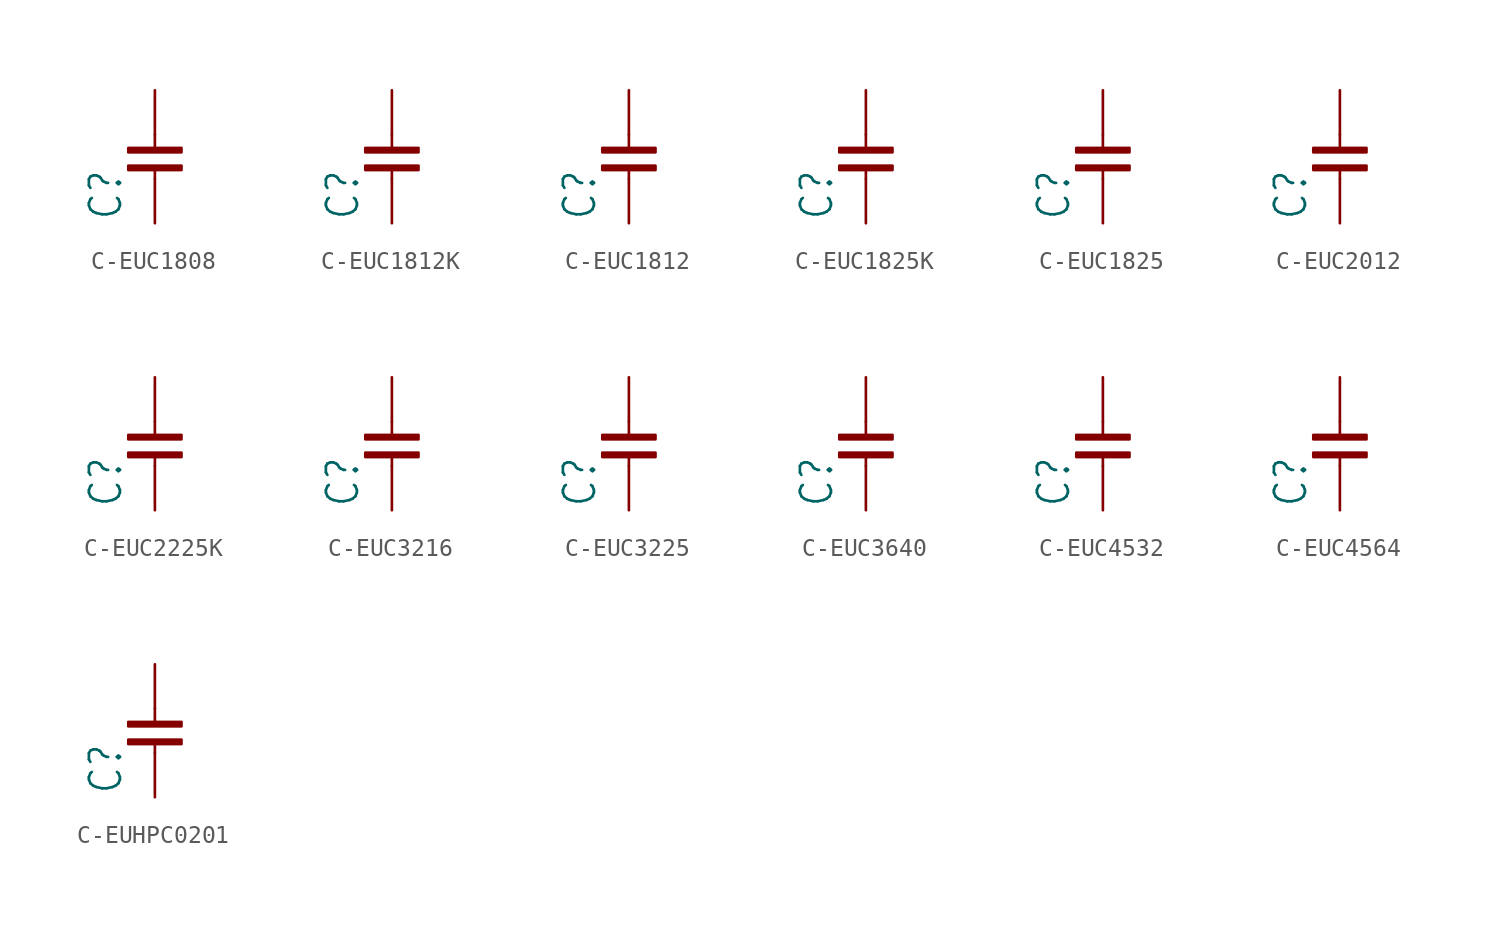
<source format=kicad_sym>
(kicad_symbol_lib
  (version 20220914)
  (generator kicad_symbol_editor)
  (symbol "C-EUC1808"
    (property "Reference" "C"
      (at -1.778 -4.953 90)
      (effects (font (size 1.778 1.511)) (justify left bottom)))
    (property "Value" ""
      (at 3.81 -5.207 90)
      (effects (font (size 1.778 1.511)) (justify left bottom)))
    (property "ki_locked" ""
      (at 0 0 0)
      (effects (font (size 1.27 1.27))))
    (symbol "C-EUC1808_1_0"
      (rectangle (start -1.524 -2.032) (end 1.524 -1.778) (stroke (width 0) (type default)) (fill (type outline)))
      (rectangle (start -1.524 -1.016) (end 1.524 -0.762) (stroke (width 0) (type default)) (fill (type outline)))
      (polyline (pts (xy 0 -2.54) (xy 0 -2.032)) (stroke (width 0.152) (type solid)) (fill (type none)))
      (polyline (pts (xy 0 0) (xy 0 -0.762)) (stroke (width 0.152) (type solid)) (fill (type none)))
      (pin passive line (at 0 2.54 270) (length 2.54) (name "1" (effects (font (size 0 0)))) (number "1" (effects (font (size 0 0)))))
      (pin passive line (at 0 -5.08 90) (length 2.54) (name "2" (effects (font (size 0 0)))) (number "2" (effects (font (size 0 0)))))))
  (symbol "C-EUC1812K"
    (property "Reference" "C"
      (at -1.778 -4.953 90)
      (effects (font (size 1.778 1.511)) (justify left bottom)))
    (property "Value" ""
      (at 3.81 -5.207 90)
      (effects (font (size 1.778 1.511)) (justify left bottom)))
    (property "ki_locked" ""
      (at 0 0 0)
      (effects (font (size 1.27 1.27))))
    (symbol "C-EUC1812K_1_0"
      (rectangle (start -1.524 -2.032) (end 1.524 -1.778) (stroke (width 0) (type default)) (fill (type outline)))
      (rectangle (start -1.524 -1.016) (end 1.524 -0.762) (stroke (width 0) (type default)) (fill (type outline)))
      (polyline (pts (xy 0 -2.54) (xy 0 -2.032)) (stroke (width 0.152) (type solid)) (fill (type none)))
      (polyline (pts (xy 0 0) (xy 0 -0.762)) (stroke (width 0.152) (type solid)) (fill (type none)))
      (pin passive line (at 0 2.54 270) (length 2.54) (name "1" (effects (font (size 0 0)))) (number "1" (effects (font (size 0 0)))))
      (pin passive line (at 0 -5.08 90) (length 2.54) (name "2" (effects (font (size 0 0)))) (number "2" (effects (font (size 0 0)))))))
  (symbol "C-EUC1812"
    (property "Reference" "C"
      (at -1.778 -4.953 90)
      (effects (font (size 1.778 1.511)) (justify left bottom)))
    (property "Value" ""
      (at 3.81 -5.207 90)
      (effects (font (size 1.778 1.511)) (justify left bottom)))
    (property "ki_locked" ""
      (at 0 0 0)
      (effects (font (size 1.27 1.27))))
    (symbol "C-EUC1812_1_0"
      (rectangle (start -1.524 -2.032) (end 1.524 -1.778) (stroke (width 0) (type default)) (fill (type outline)))
      (rectangle (start -1.524 -1.016) (end 1.524 -0.762) (stroke (width 0) (type default)) (fill (type outline)))
      (polyline (pts (xy 0 -2.54) (xy 0 -2.032)) (stroke (width 0.152) (type solid)) (fill (type none)))
      (polyline (pts (xy 0 0) (xy 0 -0.762)) (stroke (width 0.152) (type solid)) (fill (type none)))
      (pin passive line (at 0 2.54 270) (length 2.54) (name "1" (effects (font (size 0 0)))) (number "1" (effects (font (size 0 0)))))
      (pin passive line (at 0 -5.08 90) (length 2.54) (name "2" (effects (font (size 0 0)))) (number "2" (effects (font (size 0 0)))))))
  (symbol "C-EUC1825K"
    (property "Reference" "C"
      (at -1.778 -4.953 90)
      (effects (font (size 1.778 1.511)) (justify left bottom)))
    (property "Value" ""
      (at 3.81 -5.207 90)
      (effects (font (size 1.778 1.511)) (justify left bottom)))
    (property "ki_locked" ""
      (at 0 0 0)
      (effects (font (size 1.27 1.27))))
    (symbol "C-EUC1825K_1_0"
      (rectangle (start -1.524 -2.032) (end 1.524 -1.778) (stroke (width 0) (type default)) (fill (type outline)))
      (rectangle (start -1.524 -1.016) (end 1.524 -0.762) (stroke (width 0) (type default)) (fill (type outline)))
      (polyline (pts (xy 0 -2.54) (xy 0 -2.032)) (stroke (width 0.152) (type solid)) (fill (type none)))
      (polyline (pts (xy 0 0) (xy 0 -0.762)) (stroke (width 0.152) (type solid)) (fill (type none)))
      (pin passive line (at 0 2.54 270) (length 2.54) (name "1" (effects (font (size 0 0)))) (number "1" (effects (font (size 0 0)))))
      (pin passive line (at 0 -5.08 90) (length 2.54) (name "2" (effects (font (size 0 0)))) (number "2" (effects (font (size 0 0)))))))
  (symbol "C-EUC1825"
    (property "Reference" "C"
      (at -1.778 -4.953 90)
      (effects (font (size 1.778 1.511)) (justify left bottom)))
    (property "Value" ""
      (at 3.81 -5.207 90)
      (effects (font (size 1.778 1.511)) (justify left bottom)))
    (property "ki_locked" ""
      (at 0 0 0)
      (effects (font (size 1.27 1.27))))
    (symbol "C-EUC1825_1_0"
      (rectangle (start -1.524 -2.032) (end 1.524 -1.778) (stroke (width 0) (type default)) (fill (type outline)))
      (rectangle (start -1.524 -1.016) (end 1.524 -0.762) (stroke (width 0) (type default)) (fill (type outline)))
      (polyline (pts (xy 0 -2.54) (xy 0 -2.032)) (stroke (width 0.152) (type solid)) (fill (type none)))
      (polyline (pts (xy 0 0) (xy 0 -0.762)) (stroke (width 0.152) (type solid)) (fill (type none)))
      (pin passive line (at 0 2.54 270) (length 2.54) (name "1" (effects (font (size 0 0)))) (number "1" (effects (font (size 0 0)))))
      (pin passive line (at 0 -5.08 90) (length 2.54) (name "2" (effects (font (size 0 0)))) (number "2" (effects (font (size 0 0)))))))
  (symbol "C-EUC2012"
    (property "Reference" "C"
      (at -1.778 -4.953 90)
      (effects (font (size 1.778 1.511)) (justify left bottom)))
    (property "Value" ""
      (at 3.81 -5.207 90)
      (effects (font (size 1.778 1.511)) (justify left bottom)))
    (property "ki_locked" ""
      (at 0 0 0)
      (effects (font (size 1.27 1.27))))
    (symbol "C-EUC2012_1_0"
      (rectangle (start -1.524 -2.032) (end 1.524 -1.778) (stroke (width 0) (type default)) (fill (type outline)))
      (rectangle (start -1.524 -1.016) (end 1.524 -0.762) (stroke (width 0) (type default)) (fill (type outline)))
      (polyline (pts (xy 0 -2.54) (xy 0 -2.032)) (stroke (width 0.152) (type solid)) (fill (type none)))
      (polyline (pts (xy 0 0) (xy 0 -0.762)) (stroke (width 0.152) (type solid)) (fill (type none)))
      (pin passive line (at 0 2.54 270) (length 2.54) (name "1" (effects (font (size 0 0)))) (number "1" (effects (font (size 0 0)))))
      (pin passive line (at 0 -5.08 90) (length 2.54) (name "2" (effects (font (size 0 0)))) (number "2" (effects (font (size 0 0)))))))
  (symbol "C-EUC2225K"
    (property "Reference" "C"
      (at -1.778 -4.953 90)
      (effects (font (size 1.778 1.511)) (justify left bottom)))
    (property "Value" ""
      (at 3.81 -5.207 90)
      (effects (font (size 1.778 1.511)) (justify left bottom)))
    (property "ki_locked" ""
      (at 0 0 0)
      (effects (font (size 1.27 1.27))))
    (symbol "C-EUC2225K_1_0"
      (rectangle (start -1.524 -2.032) (end 1.524 -1.778) (stroke (width 0) (type default)) (fill (type outline)))
      (rectangle (start -1.524 -1.016) (end 1.524 -0.762) (stroke (width 0) (type default)) (fill (type outline)))
      (polyline (pts (xy 0 -2.54) (xy 0 -2.032)) (stroke (width 0.152) (type solid)) (fill (type none)))
      (polyline (pts (xy 0 0) (xy 0 -0.762)) (stroke (width 0.152) (type solid)) (fill (type none)))
      (pin passive line (at 0 2.54 270) (length 2.54) (name "1" (effects (font (size 0 0)))) (number "1" (effects (font (size 0 0)))))
      (pin passive line (at 0 -5.08 90) (length 2.54) (name "2" (effects (font (size 0 0)))) (number "2" (effects (font (size 0 0)))))))
  (symbol "C-EUC3216"
    (property "Reference" "C"
      (at -1.778 -4.953 90)
      (effects (font (size 1.778 1.511)) (justify left bottom)))
    (property "Value" ""
      (at 3.81 -5.207 90)
      (effects (font (size 1.778 1.511)) (justify left bottom)))
    (property "ki_locked" ""
      (at 0 0 0)
      (effects (font (size 1.27 1.27))))
    (symbol "C-EUC3216_1_0"
      (rectangle (start -1.524 -2.032) (end 1.524 -1.778) (stroke (width 0) (type default)) (fill (type outline)))
      (rectangle (start -1.524 -1.016) (end 1.524 -0.762) (stroke (width 0) (type default)) (fill (type outline)))
      (polyline (pts (xy 0 -2.54) (xy 0 -2.032)) (stroke (width 0.152) (type solid)) (fill (type none)))
      (polyline (pts (xy 0 0) (xy 0 -0.762)) (stroke (width 0.152) (type solid)) (fill (type none)))
      (pin passive line (at 0 2.54 270) (length 2.54) (name "1" (effects (font (size 0 0)))) (number "1" (effects (font (size 0 0)))))
      (pin passive line (at 0 -5.08 90) (length 2.54) (name "2" (effects (font (size 0 0)))) (number "2" (effects (font (size 0 0)))))))
  (symbol "C-EUC3225"
    (property "Reference" "C"
      (at -1.778 -4.953 90)
      (effects (font (size 1.778 1.511)) (justify left bottom)))
    (property "Value" ""
      (at 3.81 -5.207 90)
      (effects (font (size 1.778 1.511)) (justify left bottom)))
    (property "ki_locked" ""
      (at 0 0 0)
      (effects (font (size 1.27 1.27))))
    (symbol "C-EUC3225_1_0"
      (rectangle (start -1.524 -2.032) (end 1.524 -1.778) (stroke (width 0) (type default)) (fill (type outline)))
      (rectangle (start -1.524 -1.016) (end 1.524 -0.762) (stroke (width 0) (type default)) (fill (type outline)))
      (polyline (pts (xy 0 -2.54) (xy 0 -2.032)) (stroke (width 0.152) (type solid)) (fill (type none)))
      (polyline (pts (xy 0 0) (xy 0 -0.762)) (stroke (width 0.152) (type solid)) (fill (type none)))
      (pin passive line (at 0 2.54 270) (length 2.54) (name "1" (effects (font (size 0 0)))) (number "1" (effects (font (size 0 0)))))
      (pin passive line (at 0 -5.08 90) (length 2.54) (name "2" (effects (font (size 0 0)))) (number "2" (effects (font (size 0 0)))))))
  (symbol "C-EUC3640"
    (property "Reference" "C"
      (at -1.778 -4.953 90)
      (effects (font (size 1.778 1.511)) (justify left bottom)))
    (property "Value" ""
      (at 3.81 -5.207 90)
      (effects (font (size 1.778 1.511)) (justify left bottom)))
    (property "ki_locked" ""
      (at 0 0 0)
      (effects (font (size 1.27 1.27))))
    (symbol "C-EUC3640_1_0"
      (rectangle (start -1.524 -2.032) (end 1.524 -1.778) (stroke (width 0) (type default)) (fill (type outline)))
      (rectangle (start -1.524 -1.016) (end 1.524 -0.762) (stroke (width 0) (type default)) (fill (type outline)))
      (polyline (pts (xy 0 -2.54) (xy 0 -2.032)) (stroke (width 0.152) (type solid)) (fill (type none)))
      (polyline (pts (xy 0 0) (xy 0 -0.762)) (stroke (width 0.152) (type solid)) (fill (type none)))
      (pin passive line (at 0 2.54 270) (length 2.54) (name "1" (effects (font (size 0 0)))) (number "1" (effects (font (size 0 0)))))
      (pin passive line (at 0 -5.08 90) (length 2.54) (name "2" (effects (font (size 0 0)))) (number "2" (effects (font (size 0 0)))))))
  (symbol "C-EUC4532"
    (property "Reference" "C"
      (at -1.778 -4.953 90)
      (effects (font (size 1.778 1.511)) (justify left bottom)))
    (property "Value" ""
      (at 3.81 -5.207 90)
      (effects (font (size 1.778 1.511)) (justify left bottom)))
    (property "ki_locked" ""
      (at 0 0 0)
      (effects (font (size 1.27 1.27))))
    (symbol "C-EUC4532_1_0"
      (rectangle (start -1.524 -2.032) (end 1.524 -1.778) (stroke (width 0) (type default)) (fill (type outline)))
      (rectangle (start -1.524 -1.016) (end 1.524 -0.762) (stroke (width 0) (type default)) (fill (type outline)))
      (polyline (pts (xy 0 -2.54) (xy 0 -2.032)) (stroke (width 0.152) (type solid)) (fill (type none)))
      (polyline (pts (xy 0 0) (xy 0 -0.762)) (stroke (width 0.152) (type solid)) (fill (type none)))
      (pin passive line (at 0 2.54 270) (length 2.54) (name "1" (effects (font (size 0 0)))) (number "1" (effects (font (size 0 0)))))
      (pin passive line (at 0 -5.08 90) (length 2.54) (name "2" (effects (font (size 0 0)))) (number "2" (effects (font (size 0 0)))))))
  (symbol "C-EUC4564"
    (property "Reference" "C"
      (at -1.778 -4.953 90)
      (effects (font (size 1.778 1.511)) (justify left bottom)))
    (property "Value" ""
      (at 3.81 -5.207 90)
      (effects (font (size 1.778 1.511)) (justify left bottom)))
    (property "ki_locked" ""
      (at 0 0 0)
      (effects (font (size 1.27 1.27))))
    (symbol "C-EUC4564_1_0"
      (rectangle (start -1.524 -2.032) (end 1.524 -1.778) (stroke (width 0) (type default)) (fill (type outline)))
      (rectangle (start -1.524 -1.016) (end 1.524 -0.762) (stroke (width 0) (type default)) (fill (type outline)))
      (polyline (pts (xy 0 -2.54) (xy 0 -2.032)) (stroke (width 0.152) (type solid)) (fill (type none)))
      (polyline (pts (xy 0 0) (xy 0 -0.762)) (stroke (width 0.152) (type solid)) (fill (type none)))
      (pin passive line (at 0 2.54 270) (length 2.54) (name "1" (effects (font (size 0 0)))) (number "1" (effects (font (size 0 0)))))
      (pin passive line (at 0 -5.08 90) (length 2.54) (name "2" (effects (font (size 0 0)))) (number "2" (effects (font (size 0 0)))))))
  (symbol "C-EUHPC0201"
    (property "Reference" "C"
      (at -1.778 -4.953 90)
      (effects (font (size 1.778 1.511)) (justify left bottom)))
    (property "Value" ""
      (at 3.81 -5.207 90)
      (effects (font (size 1.778 1.511)) (justify left bottom)))
    (property "ki_locked" ""
      (at 0 0 0)
      (effects (font (size 1.27 1.27))))
    (symbol "C-EUHPC0201_1_0"
      (rectangle (start -1.524 -2.032) (end 1.524 -1.778) (stroke (width 0) (type default)) (fill (type outline)))
      (rectangle (start -1.524 -1.016) (end 1.524 -0.762) (stroke (width 0) (type default)) (fill (type outline)))
      (polyline (pts (xy 0 -2.54) (xy 0 -2.032)) (stroke (width 0.152) (type solid)) (fill (type none)))
      (polyline (pts (xy 0 0) (xy 0 -0.762)) (stroke (width 0.152) (type solid)) (fill (type none)))
      (pin passive line (at 0 2.54 270) (length 2.54) (name "1" (effects (font (size 0 0)))) (number "1" (effects (font (size 0 0)))))
      (pin passive line (at 0 -5.08 90) (length 2.54) (name "2" (effects (font (size 0 0)))) (number "2" (effects (font (size 0 0))))))))
</source>
